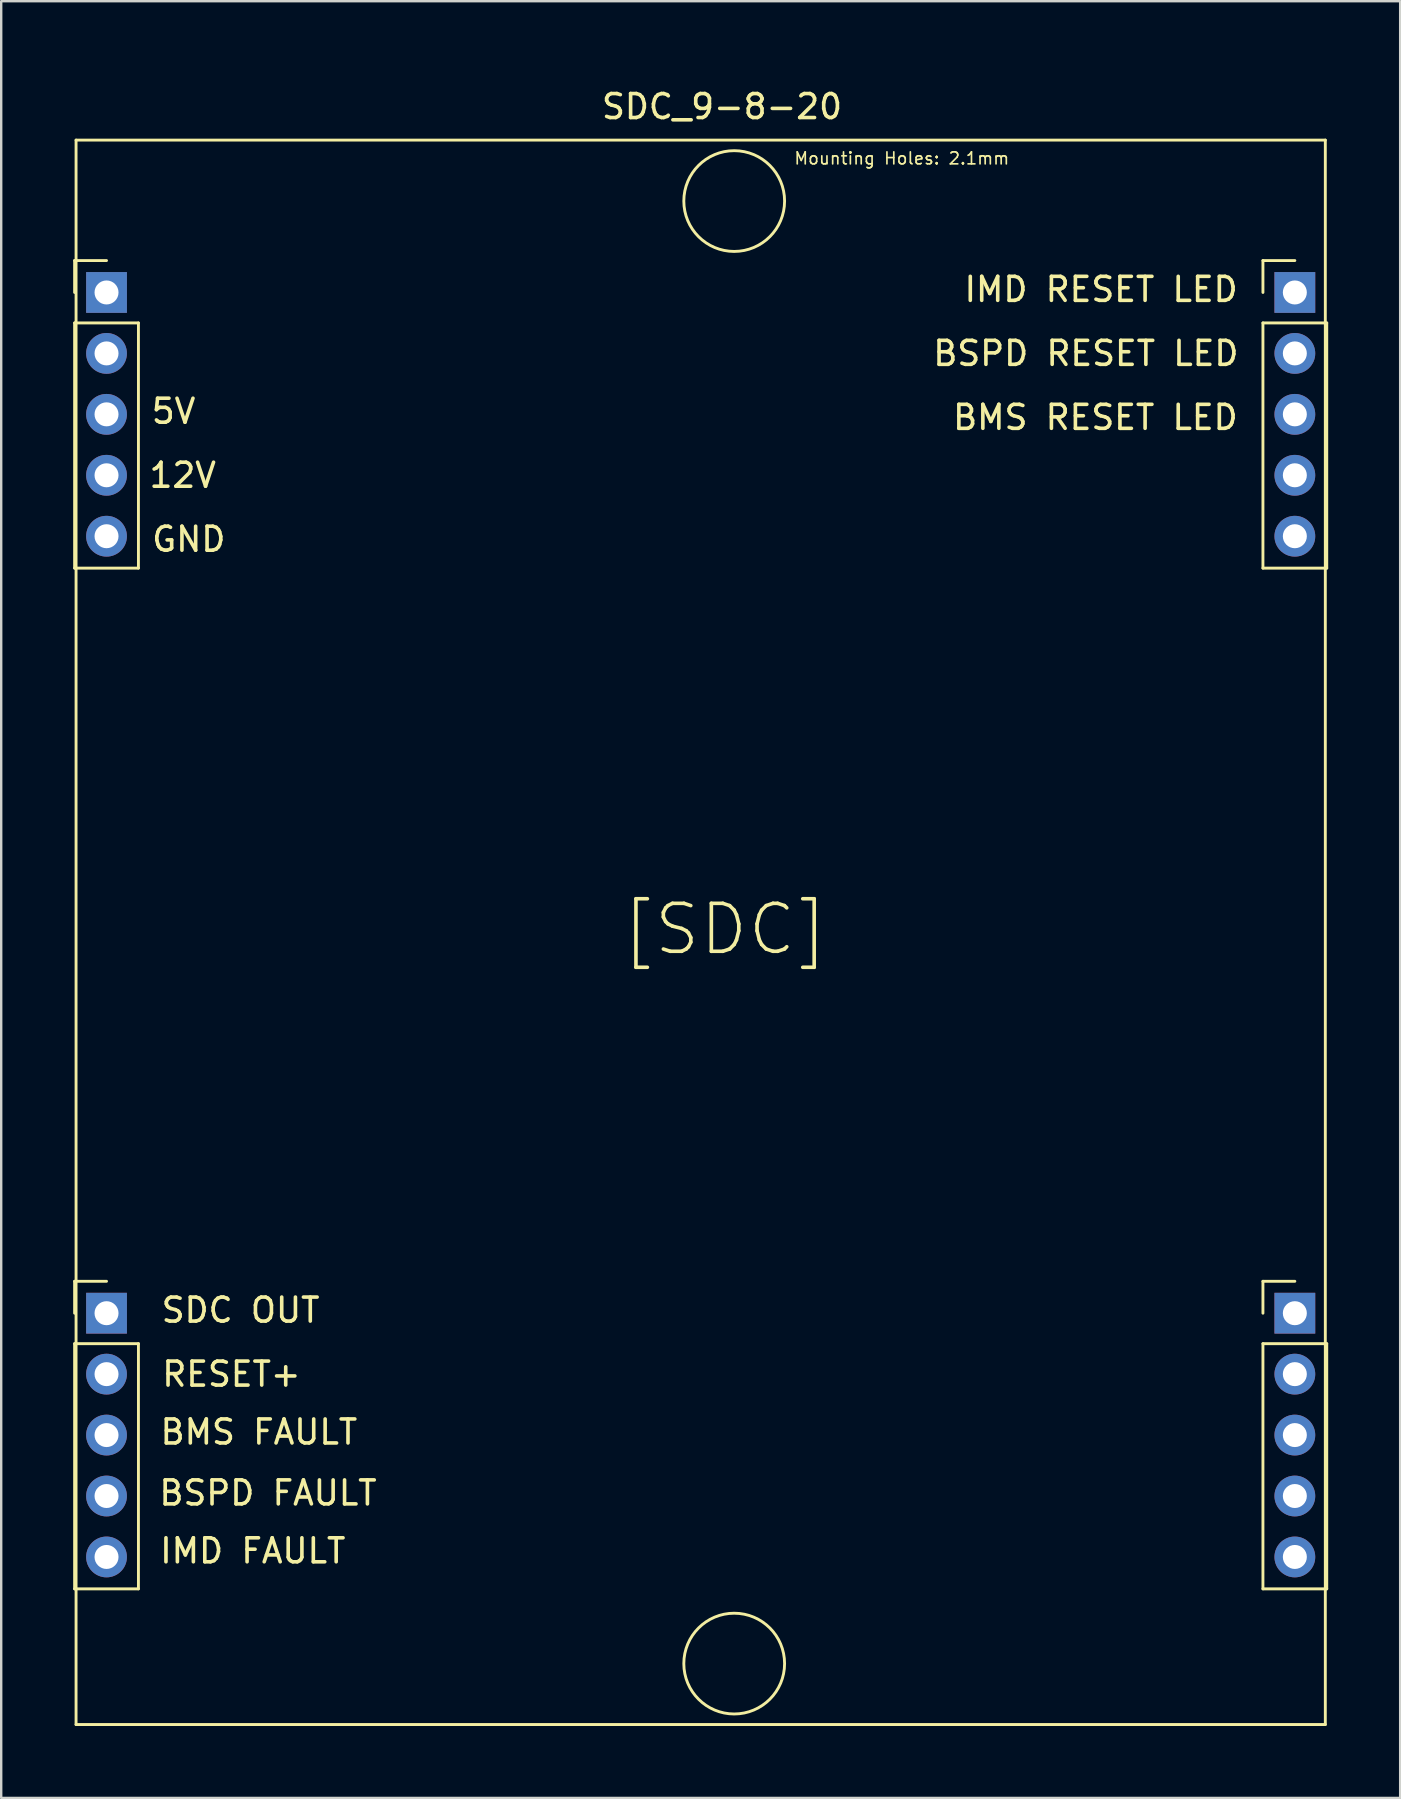
<source format=kicad_pcb>
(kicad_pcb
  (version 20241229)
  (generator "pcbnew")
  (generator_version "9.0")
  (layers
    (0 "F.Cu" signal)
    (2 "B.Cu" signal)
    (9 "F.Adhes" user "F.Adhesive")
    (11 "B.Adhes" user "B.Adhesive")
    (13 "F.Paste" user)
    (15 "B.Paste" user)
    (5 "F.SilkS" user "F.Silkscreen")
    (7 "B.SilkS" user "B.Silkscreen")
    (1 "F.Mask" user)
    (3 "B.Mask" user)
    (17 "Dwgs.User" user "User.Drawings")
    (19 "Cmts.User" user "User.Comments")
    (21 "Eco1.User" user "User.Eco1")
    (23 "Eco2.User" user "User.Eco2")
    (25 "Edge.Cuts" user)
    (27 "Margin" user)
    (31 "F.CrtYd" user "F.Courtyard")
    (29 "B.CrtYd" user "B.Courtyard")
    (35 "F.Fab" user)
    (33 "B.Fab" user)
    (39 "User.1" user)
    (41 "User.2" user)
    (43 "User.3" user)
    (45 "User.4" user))
  (footprint "SDC_9-8-20"
    (layer "F.Cu")
    (at 26.79 0.25)
    (property "Reference" "SDC_9-8-20" (at 0.254 1.143 0) (layer "F.SilkS") (effects (font (size 1 1) (thickness 0.15))))
    (attr through_hole)
    (fp_line (start -26.73 7.56) (end -25.4 7.56) (stroke (width 0.12) (type solid)) (layer "F.SilkS"))
    (fp_line (start -26.73 8.89) (end -26.73 7.56) (stroke (width 0.12) (type solid)) (layer "F.SilkS"))
    (fp_line (start -26.73 10.16) (end -26.73 20.38) (stroke (width 0.12) (type solid)) (layer "F.SilkS"))
    (fp_line (start -26.73 10.16) (end -24.07 10.16) (stroke (width 0.12) (type solid)) (layer "F.SilkS"))
    (fp_line (start -26.73 20.38) (end -24.07 20.38) (stroke (width 0.12) (type solid)) (layer "F.SilkS"))
    (fp_line (start -26.73 50.105) (end -25.4 50.105) (stroke (width 0.12) (type solid)) (layer "F.SilkS"))
    (fp_line (start -26.73 51.435) (end -26.73 50.105) (stroke (width 0.12) (type solid)) (layer "F.SilkS"))
    (fp_line (start -26.73 52.705) (end -26.73 62.925) (stroke (width 0.12) (type solid)) (layer "F.SilkS"))
    (fp_line (start -26.73 52.705) (end -24.07 52.705) (stroke (width 0.12) (type solid)) (layer "F.SilkS"))
    (fp_line (start -26.73 62.925) (end -24.07 62.925) (stroke (width 0.12) (type solid)) (layer "F.SilkS"))
    (fp_line (start -26.67 2.54) (end 25.4 2.54) (stroke (width 0.12) (type solid)) (layer "F.SilkS"))
    (fp_line (start -26.67 68.58) (end -26.67 2.54) (stroke (width 0.12) (type solid)) (layer "F.SilkS"))
    (fp_line (start -24.07 10.16) (end -24.07 20.38) (stroke (width 0.12) (type solid)) (layer "F.SilkS"))
    (fp_line (start -24.07 52.705) (end -24.07 62.925) (stroke (width 0.12) (type solid)) (layer "F.SilkS"))
    (fp_line (start 22.8 7.56) (end 24.13 7.56) (stroke (width 0.12) (type solid)) (layer "F.SilkS"))
    (fp_line (start 22.8 8.89) (end 22.8 7.56) (stroke (width 0.12) (type solid)) (layer "F.SilkS"))
    (fp_line (start 22.8 10.16) (end 22.8 20.38) (stroke (width 0.12) (type solid)) (layer "F.SilkS"))
    (fp_line (start 22.8 10.16) (end 25.46 10.16) (stroke (width 0.12) (type solid)) (layer "F.SilkS"))
    (fp_line (start 22.8 20.38) (end 25.46 20.38) (stroke (width 0.12) (type solid)) (layer "F.SilkS"))
    (fp_line (start 22.8 50.105) (end 24.13 50.105) (stroke (width 0.12) (type solid)) (layer "F.SilkS"))
    (fp_line (start 22.8 51.435) (end 22.8 50.105) (stroke (width 0.12) (type solid)) (layer "F.SilkS"))
    (fp_line (start 22.8 52.705) (end 22.8 62.925) (stroke (width 0.12) (type solid)) (layer "F.SilkS"))
    (fp_line (start 22.8 52.705) (end 25.46 52.705) (stroke (width 0.12) (type solid)) (layer "F.SilkS"))
    (fp_line (start 22.8 62.925) (end 25.46 62.925) (stroke (width 0.12) (type solid)) (layer "F.SilkS"))
    (fp_line (start 25.4 2.54) (end 25.4 68.58) (stroke (width 0.12) (type solid)) (layer "F.SilkS"))
    (fp_line (start 25.4 68.58) (end -26.67 68.58) (stroke (width 0.12) (type solid)) (layer "F.SilkS"))
    (fp_line (start 25.46 10.16) (end 25.46 20.38) (stroke (width 0.12) (type solid)) (layer "F.SilkS"))
    (fp_line (start 25.46 52.705) (end 25.46 62.925) (stroke (width 0.12) (type solid)) (layer "F.SilkS"))
    (fp_circle (center 0.762 5.08) (end 2.862 5.08) (stroke (width 0.12) (type solid)) (fill no) (layer "F.SilkS"))
    (fp_circle (center 0.762 66.04) (end 2.862 66.04) (stroke (width 0.12) (type solid)) (fill no) (layer "F.SilkS"))
    (fp_text user "GND" (at -21.971 19.177 0) (layer "F.SilkS") (effects (font (size 1 1) (thickness 0.15))))
    (fp_text user "Mounting Holes: 2.1mm" (at 7.747 3.302 0) (layer "F.SilkS") (effects (font (size 0.5 0.5) (thickness 0.07))))
    (fp_text user "RESET+" (at -20.193 53.975 0) (layer "F.SilkS") (effects (font (size 1 1) (thickness 0.15))))
    (fp_text user "12V" (at -22.225 16.51 0) (layer "F.SilkS") (effects (font (size 1 1) (thickness 0.15))))
    (fp_text user "IMD RESET LED" (at 21.844 8.763 0) (layer "F.SilkS") (effects (font (size 1 1) (thickness 0.15)) (justify right)))
    (fp_text user "SDC OUT" (at -19.812 51.308 0) (layer "F.SilkS") (effects (font (size 1 1) (thickness 0.15))))
    (fp_text user "BMS FAULT" (at -19.05 56.388 0) (layer "F.SilkS") (effects (font (size 1 1) (thickness 0.15))))
    (fp_text user "BSPD FAULT" (at -18.669 58.928 0) (layer "F.SilkS") (effects (font (size 1 1) (thickness 0.15))))
    (fp_text user "[SDC]" (at 0.381 35.433 0) (layer "F.SilkS") (effects (font (size 2 2) (thickness 0.15))))
    (fp_text user "IMD FAULT" (at -19.304 61.341 0) (layer "F.SilkS") (effects (font (size 1 1) (thickness 0.15))))
    (fp_text user "5V" (at -22.606 13.843 0) (layer "F.SilkS") (effects (font (size 1 1) (thickness 0.15))))
    (fp_text user "BSPD RESET LED" (at 21.876 11.43 0) (layer "F.SilkS") (effects (font (size 1 1) (thickness 0.15)) (justify right)))
    (fp_text user "BMS RESET LED" (at 21.844 14.097 0) (layer "F.SilkS") (effects (font (size 1 1) (thickness 0.15)) (justify right)))
    (pad "" thru_hole rect (at -25.4 8.89) (size 1.7 1.7) (drill 1) (layers "*.Cu" "*.Mask"))
    (pad "" thru_hole oval (at -25.4 11.43) (size 1.7 1.7) (drill 1) (layers "*.Cu" "*.Mask"))
    (pad "" thru_hole oval (at 24.13 16.51) (size 1.7 1.7) (drill 1) (layers "*.Cu" "*.Mask"))
    (pad "" thru_hole oval (at 24.13 19.05) (size 1.7 1.7) (drill 1) (layers "*.Cu" "*.Mask"))
    (pad "" thru_hole rect (at 24.13 51.435) (size 1.7 1.7) (drill 1) (layers "*.Cu" "*.Mask"))
    (pad "" thru_hole oval (at 24.13 53.975) (size 1.7 1.7) (drill 1) (layers "*.Cu" "*.Mask"))
    (pad "" thru_hole oval (at 24.13 56.515) (size 1.7 1.7) (drill 1) (layers "*.Cu" "*.Mask"))
    (pad "" thru_hole oval (at 24.13 59.055) (size 1.7 1.7) (drill 1) (layers "*.Cu" "*.Mask"))
    (pad "" thru_hole oval (at 24.13 61.595) (size 1.7 1.7) (drill 1) (layers "*.Cu" "*.Mask"))
    (pad "1" thru_hole oval (at -25.4 13.97) (size 1.7 1.7) (drill 1) (layers "*.Cu" "*.Mask"))
    (pad "2" thru_hole oval (at -25.4 16.51) (size 1.7 1.7) (drill 1) (layers "*.Cu" "*.Mask"))
    (pad "3" thru_hole oval (at -25.4 19.05) (size 1.7 1.7) (drill 1) (layers "*.Cu" "*.Mask"))
    (pad "4" thru_hole rect (at -25.4 51.435) (size 1.7 1.7) (drill 1) (layers "*.Cu" "*.Mask"))
    (pad "5" thru_hole oval (at -25.4 53.975) (size 1.7 1.7) (drill 1) (layers "*.Cu" "*.Mask"))
    (pad "6" thru_hole oval (at -25.4 56.515) (size 1.7 1.7) (drill 1) (layers "*.Cu" "*.Mask"))
    (pad "7" thru_hole oval (at -25.4 59.055) (size 1.7 1.7) (drill 1) (layers "*.Cu" "*.Mask"))
    (pad "8" thru_hole oval (at -25.4 61.595) (size 1.7 1.7) (drill 1) (layers "*.Cu" "*.Mask"))
    (pad "9" thru_hole rect (at 24.13 8.89) (size 1.7 1.7) (drill 1) (layers "*.Cu" "*.Mask"))
    (pad "10" thru_hole oval (at 24.13 11.43) (size 1.7 1.7) (drill 1) (layers "*.Cu" "*.Mask"))
    (pad "11" thru_hole oval (at 24.13 13.97) (size 1.7 1.7) (drill 1) (layers "*.Cu" "*.Mask")))
  (gr_rect
    (start -3 -3)
    (end 55.31 71.89)
    (stroke (width 0.1) (type default))
    (fill no)
    (layer "Edge.Cuts")))
</source>
